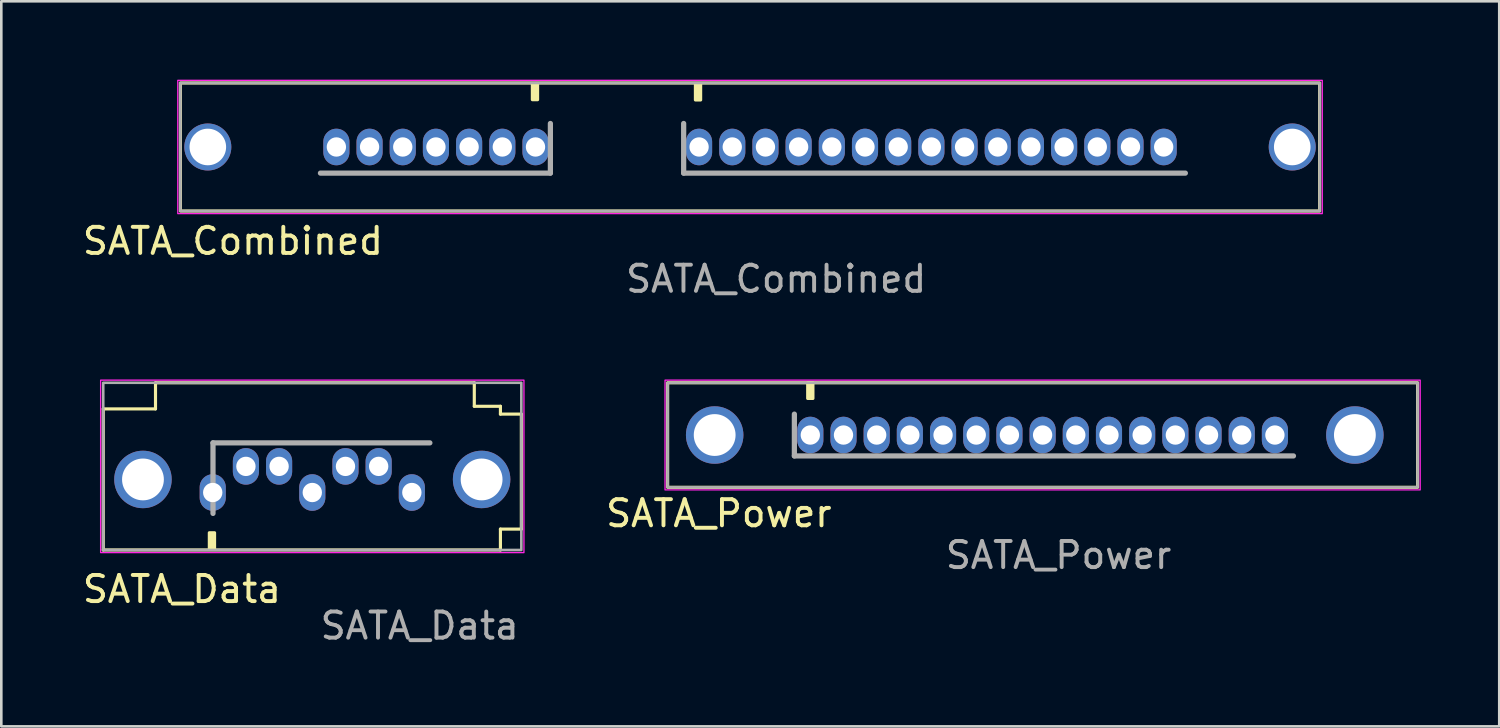
<source format=kicad_pcb>
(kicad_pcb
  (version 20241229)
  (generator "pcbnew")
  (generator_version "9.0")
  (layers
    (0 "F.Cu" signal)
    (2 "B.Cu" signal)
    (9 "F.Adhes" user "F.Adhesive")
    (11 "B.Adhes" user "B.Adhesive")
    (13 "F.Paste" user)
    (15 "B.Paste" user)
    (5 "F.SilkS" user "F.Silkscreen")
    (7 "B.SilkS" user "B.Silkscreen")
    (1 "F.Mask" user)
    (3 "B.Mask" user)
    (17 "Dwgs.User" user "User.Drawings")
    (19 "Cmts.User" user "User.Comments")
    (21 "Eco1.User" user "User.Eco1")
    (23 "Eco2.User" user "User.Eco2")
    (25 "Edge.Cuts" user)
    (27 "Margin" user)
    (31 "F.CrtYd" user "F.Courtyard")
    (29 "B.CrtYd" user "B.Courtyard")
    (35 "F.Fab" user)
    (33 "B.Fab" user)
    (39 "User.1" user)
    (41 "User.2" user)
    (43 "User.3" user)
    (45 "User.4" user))
  (footprint "SATA_Data"
    (layer "F.Cu")
    (at 12.711 15.798)
    (property "Reference" "SATA_Data" (at -8.8 3.7 0) (unlocked yes) (layer "F.SilkS") (effects (font (size 1 1) (thickness 0.15))))
    (attr through_hole)
    (fp_line (start -11.81 -3.2) (end -9.81 -3.2) (stroke (width 0.12) (type solid)) (layer "F.SilkS"))
    (fp_line (start -11.81 2.2) (end -11.81 -3.2) (stroke (width 0.12) (type solid)) (layer "F.SilkS"))
    (fp_line (start -9.81 -4.2) (end 2.39 -4.2) (stroke (width 0.12) (type solid)) (layer "F.SilkS"))
    (fp_line (start -9.81 -3.2) (end -9.81 -4.2) (stroke (width 0.12) (type solid)) (layer "F.SilkS"))
    (fp_line (start 2.39 -4.2) (end 2.39 -3.3) (stroke (width 0.12) (type solid)) (layer "F.SilkS"))
    (fp_line (start 2.39 -3.3) (end 3.39 -3.3) (stroke (width 0.12) (type solid)) (layer "F.SilkS"))
    (fp_line (start 3.39 -3.3) (end 3.39 -3) (stroke (width 0.12) (type solid)) (layer "F.SilkS"))
    (fp_line (start 3.39 -3) (end 4.19 -3) (stroke (width 0.12) (type solid)) (layer "F.SilkS"))
    (fp_line (start 3.39 1.4) (end 3.39 2.2) (stroke (width 0.12) (type solid)) (layer "F.SilkS"))
    (fp_line (start 3.39 2.2) (end -11.81 2.2) (stroke (width 0.12) (type solid)) (layer "F.SilkS"))
    (fp_line (start 4.19 -3) (end 4.19 1.4) (stroke (width 0.12) (type solid)) (layer "F.SilkS"))
    (fp_line (start 4.19 1.4) (end 3.39 1.4) (stroke (width 0.12) (type solid)) (layer "F.SilkS"))
    (fp_rect (start -7.75 1.54) (end -7.55 2.14) (stroke (width 0.12) (type solid)) (fill yes) (layer "F.SilkS"))
    (fp_rect (start -11.91 2.3) (end 4.29 -4.3) (stroke (width 0.05) (type solid)) (fill no) (layer "F.CrtYd"))
    (fp_line (start -7.61 -1.9) (end 0.69 -1.9) (stroke (width 0.2) (type solid)) (layer "F.Fab"))
    (fp_line (start -7.61 0.8) (end -7.61 -1.9) (stroke (width 0.2) (type solid)) (layer "F.Fab"))
    (fp_rect (start -11.81 2.2) (end 4.19 -4.2) (stroke (width 0.1) (type solid)) (fill no) (layer "F.Fab"))
    (fp_text user "${REFERENCE}" (at 0.3 5.1 0) (unlocked yes) (layer "F.Fab") (effects (font (size 1 1) (thickness 0.15))))
    (pad "" np_thru_hole circle (at -10.29 -0.5) (size 2.2 2.2) (drill 1.6) (layers "*.Cu" "*.Mask"))
    (pad "" np_thru_hole circle (at 2.67 -0.5) (size 2.2 2.2) (drill 1.6) (layers "*.Cu" "*.Mask"))
    (pad "1" thru_hole oval (at 0 0) (size 1 1.4) (drill 0.74) (layers "*.Cu" "*.Mask"))
    (pad "2" thru_hole oval (at -1.27 -1) (size 1 1.4) (drill 0.74) (layers "*.Cu" "*.Mask"))
    (pad "3" thru_hole oval (at -2.54 -1) (size 1 1.4) (drill 0.74) (layers "*.Cu" "*.Mask"))
    (pad "4" thru_hole oval (at -3.81 0) (size 1 1.4) (drill 0.74) (layers "*.Cu" "*.Mask"))
    (pad "5" thru_hole oval (at -5.08 -1) (size 1 1.4) (drill 0.74) (layers "*.Cu" "*.Mask"))
    (pad "6" thru_hole oval (at -6.35 -1) (size 1 1.4) (drill 0.74) (layers "*.Cu" "*.Mask"))
    (pad "7" thru_hole oval (at -7.62 0) (size 1 1.4) (drill 0.74) (layers "*.Cu" "*.Mask")))
  (footprint "SATA_Combined"
    (layer "F.Cu")
    (at 9.823 2.575)
    (property "Reference" "SATA_Combined" (at -3.96 3.6 0) (unlocked yes) (layer "F.SilkS") (effects (font (size 1 1) (thickness 0.15))))
    (attr through_hole)
    (fp_rect (start 7.5 -2.41) (end 7.7 -1.81) (stroke (width 0.12) (type solid)) (fill yes) (layer "F.SilkS"))
    (fp_rect (start 13.74 -2.4) (end 13.94 -1.8) (stroke (width 0.12) (type solid)) (fill yes) (layer "F.SilkS"))
    (fp_rect (start 37.63 2.45) (end -5.97 -2.45) (stroke (width 0.12) (type solid)) (fill no) (layer "F.SilkS"))
    (fp_rect (start 37.73 2.55) (end -6.07 -2.55) (stroke (width 0.05) (type solid)) (fill no) (layer "F.CrtYd"))
    (fp_line (start 8.19 -0.9) (end 8.19 1) (stroke (width 0.2) (type solid)) (layer "F.Fab"))
    (fp_line (start 8.19 1) (end -0.61 1) (stroke (width 0.2) (type solid)) (layer "F.Fab"))
    (fp_line (start 13.29 -0.9) (end 13.29 1) (stroke (width 0.2) (type solid)) (layer "F.Fab"))
    (fp_line (start 13.29 1) (end 32.49 1) (stroke (width 0.2) (type solid)) (layer "F.Fab"))
    (fp_rect (start 37.63 2.45) (end -5.97 -2.45) (stroke (width 0.1) (type solid)) (fill no) (layer "F.Fab"))
    (fp_text user "${REFERENCE}" (at 16.83 5.05 0) (unlocked yes) (layer "F.Fab") (effects (font (size 1 1) (thickness 0.15))))
    (pad "" np_thru_hole circle (at -4.92 0 180) (size 1.8 1.8) (drill 1.4) (layers "*.Cu" "*.Mask"))
    (pad "" np_thru_hole circle (at 36.58 0 180) (size 1.8 1.8) (drill 1.4) (layers "*.Cu" "*.Mask"))
    (pad "1" thru_hole oval (at 0 0 180) (size 1 1.4) (drill 0.74) (layers "*.Cu" "*.Mask"))
    (pad "2" thru_hole oval (at 1.27 0 180) (size 1 1.4) (drill 0.74) (layers "*.Cu" "*.Mask"))
    (pad "3" thru_hole oval (at 2.54 0 180) (size 1 1.4) (drill 0.74) (layers "*.Cu" "*.Mask"))
    (pad "4" thru_hole oval (at 3.81 0 180) (size 1 1.4) (drill 0.74) (layers "*.Cu" "*.Mask"))
    (pad "5" thru_hole oval (at 5.08 0 180) (size 1 1.4) (drill 0.74) (layers "*.Cu" "*.Mask"))
    (pad "6" thru_hole oval (at 6.35 0 180) (size 1 1.4) (drill 0.74) (layers "*.Cu" "*.Mask"))
    (pad "7" thru_hole oval (at 7.62 0 180) (size 1 1.4) (drill 0.74) (layers "*.Cu" "*.Mask"))
    (pad "8" thru_hole oval (at 13.88 0 180) (size 1 1.4) (drill 0.74) (layers "*.Cu" "*.Mask"))
    (pad "9" thru_hole oval (at 15.15 0 180) (size 1 1.4) (drill 0.74) (layers "*.Cu" "*.Mask"))
    (pad "10" thru_hole oval (at 16.42 0 180) (size 1 1.4) (drill 0.74) (layers "*.Cu" "*.Mask"))
    (pad "11" thru_hole oval (at 17.69 0 180) (size 1 1.4) (drill 0.74) (layers "*.Cu" "*.Mask"))
    (pad "12" thru_hole oval (at 18.96 0 180) (size 1 1.4) (drill 0.74) (layers "*.Cu" "*.Mask"))
    (pad "13" thru_hole oval (at 20.23 0 180) (size 1 1.4) (drill 0.74) (layers "*.Cu" "*.Mask"))
    (pad "14" thru_hole oval (at 21.5 0 180) (size 1 1.4) (drill 0.74) (layers "*.Cu" "*.Mask"))
    (pad "15" thru_hole oval (at 22.77 0 180) (size 1 1.4) (drill 0.74) (layers "*.Cu" "*.Mask"))
    (pad "16" thru_hole oval (at 24.04 0 180) (size 1 1.4) (drill 0.74) (layers "*.Cu" "*.Mask"))
    (pad "17" thru_hole oval (at 25.31 0 180) (size 1 1.4) (drill 0.74) (layers "*.Cu" "*.Mask"))
    (pad "18" thru_hole oval (at 26.58 0 180) (size 1 1.4) (drill 0.74) (layers "*.Cu" "*.Mask"))
    (pad "19" thru_hole oval (at 27.85 0 180) (size 1 1.4) (drill 0.74) (layers "*.Cu" "*.Mask"))
    (pad "20" thru_hole oval (at 29.12 0 180) (size 1 1.4) (drill 0.74) (layers "*.Cu" "*.Mask"))
    (pad "21" thru_hole oval (at 30.39 0 180) (size 1 1.4) (drill 0.74) (layers "*.Cu" "*.Mask"))
    (pad "22" thru_hole oval (at 31.66 0 180) (size 1 1.4) (drill 0.74) (layers "*.Cu" "*.Mask")))
  (footprint "SATA_Power"
    (layer "F.Cu")
    (at 27.96 13.598)
    (property "Reference" "SATA_Power" (at -3.5 3 0) (unlocked yes) (layer "F.SilkS") (effects (font (size 1 1) (thickness 0.15))))
    (attr through_hole)
    (fp_rect (start -5.46 -2) (end 23.24 2) (stroke (width 0.12) (type solid)) (fill no) (layer "F.SilkS"))
    (fp_rect (start -0.1 -2) (end 0.1 -1.4) (stroke (width 0.12) (type solid)) (fill yes) (layer "F.SilkS"))
    (fp_rect (start -5.56 -2.1) (end 23.34 2.1) (stroke (width 0.05) (type solid)) (fill no) (layer "F.CrtYd"))
    (fp_line (start -0.61 -0.8) (end -0.61 0.8) (stroke (width 0.2) (type solid)) (layer "F.Fab"))
    (fp_line (start -0.61 0.8) (end 18.49 0.8) (stroke (width 0.2) (type solid)) (layer "F.Fab"))
    (fp_rect (start -5.46 -2) (end 23.24 2) (stroke (width 0.1) (type solid)) (fill no) (layer "F.Fab"))
    (fp_text user "${REFERENCE}" (at 9.5 4.6 0) (unlocked yes) (layer "F.Fab") (effects (font (size 1 1) (thickness 0.15))))
    (pad "" np_thru_hole circle (at -3.66 0) (size 2.2 2.2) (drill 1.6) (layers "*.Cu" "*.Mask"))
    (pad "" np_thru_hole circle (at 20.84 0) (size 2.2 2.2) (drill 1.6) (layers "*.Cu" "*.Mask"))
    (pad "1" thru_hole oval (at 0 0) (size 1 1.4) (drill 0.74) (layers "*.Cu" "*.Mask"))
    (pad "2" thru_hole oval (at 1.27 0) (size 1 1.4) (drill 0.74) (layers "*.Cu" "*.Mask"))
    (pad "3" thru_hole oval (at 2.54 0) (size 1 1.4) (drill 0.74) (layers "*.Cu" "*.Mask"))
    (pad "4" thru_hole oval (at 3.81 0) (size 1 1.4) (drill 0.74) (layers "*.Cu" "*.Mask"))
    (pad "5" thru_hole oval (at 5.08 0) (size 1 1.4) (drill 0.74) (layers "*.Cu" "*.Mask"))
    (pad "6" thru_hole oval (at 6.35 0) (size 1 1.4) (drill 0.74) (layers "*.Cu" "*.Mask"))
    (pad "7" thru_hole oval (at 7.62 0) (size 1 1.4) (drill 0.74) (layers "*.Cu" "*.Mask"))
    (pad "8" thru_hole oval (at 8.89 0) (size 1 1.4) (drill 0.74) (layers "*.Cu" "*.Mask"))
    (pad "9" thru_hole oval (at 10.16 0) (size 1 1.4) (drill 0.74) (layers "*.Cu" "*.Mask"))
    (pad "10" thru_hole oval (at 11.43 0) (size 1 1.4) (drill 0.74) (layers "*.Cu" "*.Mask"))
    (pad "11" thru_hole oval (at 12.7 0) (size 1 1.4) (drill 0.74) (layers "*.Cu" "*.Mask"))
    (pad "12" thru_hole oval (at 13.97 0) (size 1 1.4) (drill 0.74) (layers "*.Cu" "*.Mask"))
    (pad "13" thru_hole oval (at 15.24 0) (size 1 1.4) (drill 0.74) (layers "*.Cu" "*.Mask"))
    (pad "14" thru_hole oval (at 16.51 0) (size 1 1.4) (drill 0.74) (layers "*.Cu" "*.Mask"))
    (pad "15" thru_hole oval (at 17.78 0) (size 1 1.4) (drill 0.74) (layers "*.Cu" "*.Mask")))
  (gr_rect
    (start -3 -3)
    (end 54.325 24.747)
    (stroke (width 0.1) (type default))
    (fill no)
    (layer "Edge.Cuts")))
</source>
